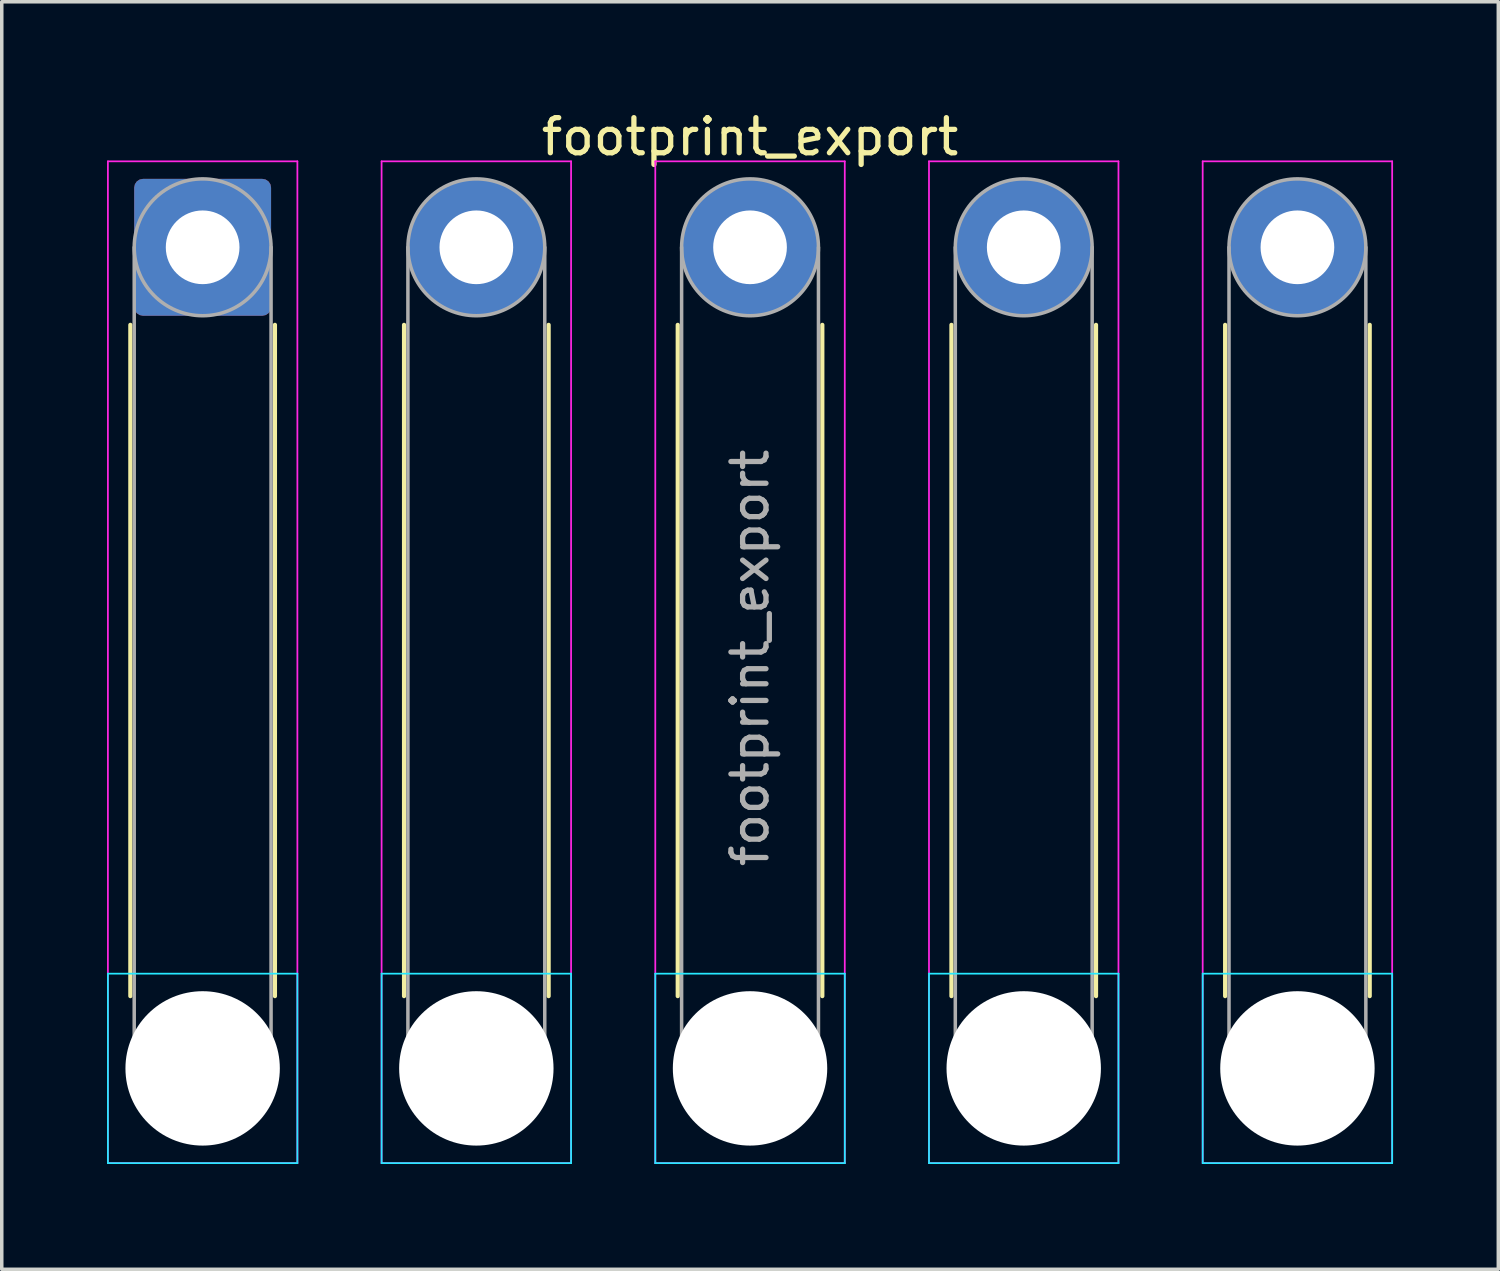
<source format=kicad_pcb>
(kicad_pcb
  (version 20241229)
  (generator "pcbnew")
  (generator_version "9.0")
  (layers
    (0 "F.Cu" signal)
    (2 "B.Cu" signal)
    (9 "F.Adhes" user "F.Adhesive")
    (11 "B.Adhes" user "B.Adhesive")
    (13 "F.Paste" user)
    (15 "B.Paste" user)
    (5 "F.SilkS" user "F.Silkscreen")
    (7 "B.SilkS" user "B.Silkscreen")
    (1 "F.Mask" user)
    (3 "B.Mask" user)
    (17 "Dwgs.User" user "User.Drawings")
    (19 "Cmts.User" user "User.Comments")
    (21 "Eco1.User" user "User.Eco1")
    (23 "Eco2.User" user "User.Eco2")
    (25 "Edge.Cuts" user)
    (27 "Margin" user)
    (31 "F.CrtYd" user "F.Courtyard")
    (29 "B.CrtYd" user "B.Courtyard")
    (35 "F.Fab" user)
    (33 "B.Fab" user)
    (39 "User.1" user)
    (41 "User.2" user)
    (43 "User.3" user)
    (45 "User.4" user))
  (footprint "footprint_export"
    (layer "F.Cu")
    (at 2.725 3.998)
    (property "Reference" "footprint_export" (at 15.6 -3.15 0) (layer "F.SilkS") (effects (font (size 1 1) (thickness 0.15))))
    (attr exclude_from_pos_files exclude_from_bom)
    (fp_line (start -2.06 2.21) (end -2.06 21.34) (stroke (width 0.12) (type solid)) (layer "F.SilkS"))
    (fp_line (start 2.06 2.21) (end 2.06 21.34) (stroke (width 0.12) (type solid)) (layer "F.SilkS"))
    (fp_line (start 5.74 2.21) (end 5.74 21.34) (stroke (width 0.12) (type solid)) (layer "F.SilkS"))
    (fp_line (start 9.86 2.21) (end 9.86 21.34) (stroke (width 0.12) (type solid)) (layer "F.SilkS"))
    (fp_line (start 13.54 2.21) (end 13.54 21.34) (stroke (width 0.12) (type solid)) (layer "F.SilkS"))
    (fp_line (start 17.66 2.21) (end 17.66 21.34) (stroke (width 0.12) (type solid)) (layer "F.SilkS"))
    (fp_line (start 21.34 2.21) (end 21.34 21.34) (stroke (width 0.12) (type solid)) (layer "F.SilkS"))
    (fp_line (start 25.46 2.21) (end 25.46 21.34) (stroke (width 0.12) (type solid)) (layer "F.SilkS"))
    (fp_line (start 29.14 2.21) (end 29.14 21.34) (stroke (width 0.12) (type solid)) (layer "F.SilkS"))
    (fp_line (start 33.26 2.21) (end 33.26 21.34) (stroke (width 0.12) (type solid)) (layer "F.SilkS"))
    (fp_line (start -2.7 20.7) (end -2.7 26.1) (stroke (width 0.05) (type solid)) (layer "B.CrtYd"))
    (fp_line (start -2.7 26.1) (end 2.7 26.1) (stroke (width 0.05) (type solid)) (layer "B.CrtYd"))
    (fp_line (start 2.7 20.7) (end -2.7 20.7) (stroke (width 0.05) (type solid)) (layer "B.CrtYd"))
    (fp_line (start 2.7 26.1) (end 2.7 20.7) (stroke (width 0.05) (type solid)) (layer "B.CrtYd"))
    (fp_line (start 5.1 20.7) (end 5.1 26.1) (stroke (width 0.05) (type solid)) (layer "B.CrtYd"))
    (fp_line (start 5.1 26.1) (end 10.5 26.1) (stroke (width 0.05) (type solid)) (layer "B.CrtYd"))
    (fp_line (start 10.5 20.7) (end 5.1 20.7) (stroke (width 0.05) (type solid)) (layer "B.CrtYd"))
    (fp_line (start 10.5 26.1) (end 10.5 20.7) (stroke (width 0.05) (type solid)) (layer "B.CrtYd"))
    (fp_line (start 12.9 20.7) (end 12.9 26.1) (stroke (width 0.05) (type solid)) (layer "B.CrtYd"))
    (fp_line (start 12.9 26.1) (end 18.3 26.1) (stroke (width 0.05) (type solid)) (layer "B.CrtYd"))
    (fp_line (start 18.3 20.7) (end 12.9 20.7) (stroke (width 0.05) (type solid)) (layer "B.CrtYd"))
    (fp_line (start 18.3 26.1) (end 18.3 20.7) (stroke (width 0.05) (type solid)) (layer "B.CrtYd"))
    (fp_line (start 20.7 20.7) (end 20.7 26.1) (stroke (width 0.05) (type solid)) (layer "B.CrtYd"))
    (fp_line (start 20.7 26.1) (end 26.1 26.1) (stroke (width 0.05) (type solid)) (layer "B.CrtYd"))
    (fp_line (start 26.1 20.7) (end 20.7 20.7) (stroke (width 0.05) (type solid)) (layer "B.CrtYd"))
    (fp_line (start 26.1 26.1) (end 26.1 20.7) (stroke (width 0.05) (type solid)) (layer "B.CrtYd"))
    (fp_line (start 28.5 20.7) (end 28.5 26.1) (stroke (width 0.05) (type solid)) (layer "B.CrtYd"))
    (fp_line (start 28.5 26.1) (end 33.9 26.1) (stroke (width 0.05) (type solid)) (layer "B.CrtYd"))
    (fp_line (start 33.9 20.7) (end 28.5 20.7) (stroke (width 0.05) (type solid)) (layer "B.CrtYd"))
    (fp_line (start 33.9 26.1) (end 33.9 20.7) (stroke (width 0.05) (type solid)) (layer "B.CrtYd"))
    (fp_line (start -2.7 -2.45) (end -2.7 26.1) (stroke (width 0.05) (type solid)) (layer "F.CrtYd"))
    (fp_line (start -2.7 26.1) (end 2.7 26.1) (stroke (width 0.05) (type solid)) (layer "F.CrtYd"))
    (fp_line (start 2.7 -2.45) (end -2.7 -2.45) (stroke (width 0.05) (type solid)) (layer "F.CrtYd"))
    (fp_line (start 2.7 26.1) (end 2.7 -2.45) (stroke (width 0.05) (type solid)) (layer "F.CrtYd"))
    (fp_line (start 5.1 -2.45) (end 5.1 26.1) (stroke (width 0.05) (type solid)) (layer "F.CrtYd"))
    (fp_line (start 5.1 26.1) (end 10.5 26.1) (stroke (width 0.05) (type solid)) (layer "F.CrtYd"))
    (fp_line (start 10.5 -2.45) (end 5.1 -2.45) (stroke (width 0.05) (type solid)) (layer "F.CrtYd"))
    (fp_line (start 10.5 26.1) (end 10.5 -2.45) (stroke (width 0.05) (type solid)) (layer "F.CrtYd"))
    (fp_line (start 12.9 -2.45) (end 12.9 26.1) (stroke (width 0.05) (type solid)) (layer "F.CrtYd"))
    (fp_line (start 12.9 26.1) (end 18.3 26.1) (stroke (width 0.05) (type solid)) (layer "F.CrtYd"))
    (fp_line (start 18.3 -2.45) (end 12.9 -2.45) (stroke (width 0.05) (type solid)) (layer "F.CrtYd"))
    (fp_line (start 18.3 26.1) (end 18.3 -2.45) (stroke (width 0.05) (type solid)) (layer "F.CrtYd"))
    (fp_line (start 20.7 -2.45) (end 20.7 26.1) (stroke (width 0.05) (type solid)) (layer "F.CrtYd"))
    (fp_line (start 20.7 26.1) (end 26.1 26.1) (stroke (width 0.05) (type solid)) (layer "F.CrtYd"))
    (fp_line (start 26.1 -2.45) (end 20.7 -2.45) (stroke (width 0.05) (type solid)) (layer "F.CrtYd"))
    (fp_line (start 26.1 26.1) (end 26.1 -2.45) (stroke (width 0.05) (type solid)) (layer "F.CrtYd"))
    (fp_line (start 28.5 -2.45) (end 28.5 26.1) (stroke (width 0.05) (type solid)) (layer "F.CrtYd"))
    (fp_line (start 28.5 26.1) (end 33.9 26.1) (stroke (width 0.05) (type solid)) (layer "F.CrtYd"))
    (fp_line (start 33.9 -2.45) (end 28.5 -2.45) (stroke (width 0.05) (type solid)) (layer "F.CrtYd"))
    (fp_line (start 33.9 26.1) (end 33.9 -2.45) (stroke (width 0.05) (type solid)) (layer "F.CrtYd"))
    (fp_line (start -1.95 0) (end -1.95 23.4) (stroke (width 0.1) (type solid)) (layer "F.Fab"))
    (fp_line (start 1.95 0) (end 1.95 23.4) (stroke (width 0.1) (type solid)) (layer "F.Fab"))
    (fp_line (start 5.85 0) (end 5.85 23.4) (stroke (width 0.1) (type solid)) (layer "F.Fab"))
    (fp_line (start 9.75 0) (end 9.75 23.4) (stroke (width 0.1) (type solid)) (layer "F.Fab"))
    (fp_line (start 13.65 0) (end 13.65 23.4) (stroke (width 0.1) (type solid)) (layer "F.Fab"))
    (fp_line (start 17.55 0) (end 17.55 23.4) (stroke (width 0.1) (type solid)) (layer "F.Fab"))
    (fp_line (start 21.45 0) (end 21.45 23.4) (stroke (width 0.1) (type solid)) (layer "F.Fab"))
    (fp_line (start 25.35 0) (end 25.35 23.4) (stroke (width 0.1) (type solid)) (layer "F.Fab"))
    (fp_line (start 29.25 0) (end 29.25 23.4) (stroke (width 0.1) (type solid)) (layer "F.Fab"))
    (fp_line (start 33.15 0) (end 33.15 23.4) (stroke (width 0.1) (type solid)) (layer "F.Fab"))
    (fp_circle (center 0 0) (end 1.95 0) (stroke (width 0.1) (type solid)) (fill no) (layer "F.Fab"))
    (fp_circle (center 0 23.4) (end 1.95 23.4) (stroke (width 0.1) (type solid)) (fill no) (layer "F.Fab"))
    (fp_circle (center 7.8 0) (end 9.75 0) (stroke (width 0.1) (type solid)) (fill no) (layer "F.Fab"))
    (fp_circle (center 7.8 23.4) (end 9.75 23.4) (stroke (width 0.1) (type solid)) (fill no) (layer "F.Fab"))
    (fp_circle (center 15.6 0) (end 17.55 0) (stroke (width 0.1) (type solid)) (fill no) (layer "F.Fab"))
    (fp_circle (center 15.6 23.4) (end 17.55 23.4) (stroke (width 0.1) (type solid)) (fill no) (layer "F.Fab"))
    (fp_circle (center 23.4 0) (end 25.35 0) (stroke (width 0.1) (type solid)) (fill no) (layer "F.Fab"))
    (fp_circle (center 23.4 23.4) (end 25.35 23.4) (stroke (width 0.1) (type solid)) (fill no) (layer "F.Fab"))
    (fp_circle (center 31.2 0) (end 33.15 0) (stroke (width 0.1) (type solid)) (fill no) (layer "F.Fab"))
    (fp_circle (center 31.2 23.4) (end 33.15 23.4) (stroke (width 0.1) (type solid)) (fill no) (layer "F.Fab"))
    (fp_text user "${REFERENCE}" (at 15.6 11.7 90) (layer "F.Fab") (effects (font (size 1 1) (thickness 0.15))))
    (pad "" np_thru_hole circle (at 0 23.4) (size 4.4 4.4) (drill 4.4) (layers "*.Cu" "*.Mask"))
    (pad "" np_thru_hole circle (at 7.8 23.4) (size 4.4 4.4) (drill 4.4) (layers "*.Cu" "*.Mask"))
    (pad "" np_thru_hole circle (at 15.6 23.4) (size 4.4 4.4) (drill 4.4) (layers "*.Cu" "*.Mask"))
    (pad "" np_thru_hole circle (at 23.4 23.4) (size 4.4 4.4) (drill 4.4) (layers "*.Cu" "*.Mask"))
    (pad "" np_thru_hole circle (at 31.2 23.4) (size 4.4 4.4) (drill 4.4) (layers "*.Cu" "*.Mask"))
    (pad "1" thru_hole roundrect (at 0 0) (size 3.9 3.9) (drill 2.1) (layers "*.Cu" "*.Mask") (roundrect_rratio 0.064))
    (pad "2" thru_hole circle (at 7.8 0) (size 3.9 3.9) (drill 2.1) (layers "*.Cu" "*.Mask"))
    (pad "3" thru_hole circle (at 15.6 0) (size 3.9 3.9) (drill 2.1) (layers "*.Cu" "*.Mask"))
    (pad "4" thru_hole circle (at 23.4 0) (size 3.9 3.9) (drill 2.1) (layers "*.Cu" "*.Mask"))
    (pad "5" thru_hole circle (at 31.2 0) (size 3.9 3.9) (drill 2.1) (layers "*.Cu" "*.Mask")))
  (gr_rect
    (start -3 -3)
    (end 39.65 33.123)
    (stroke (width 0.1) (type default))
    (fill no)
    (layer "Edge.Cuts")))
</source>
